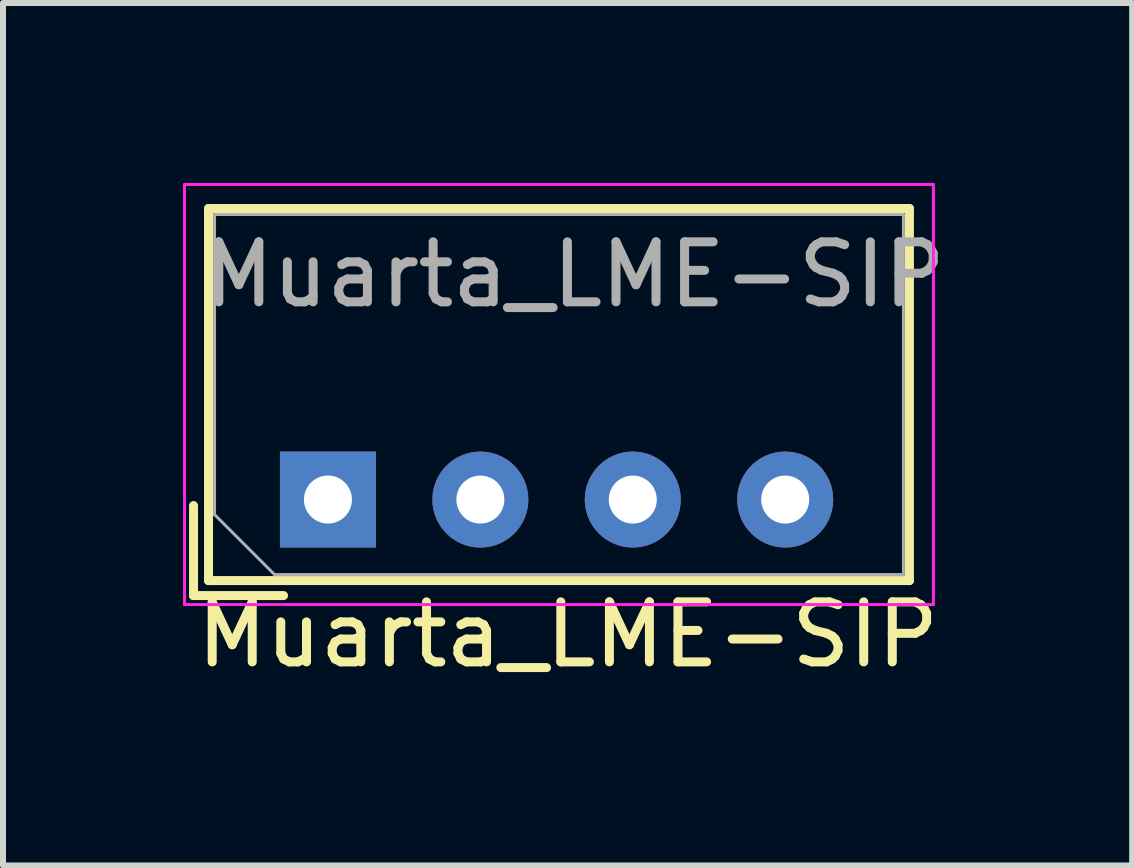
<source format=kicad_pcb>
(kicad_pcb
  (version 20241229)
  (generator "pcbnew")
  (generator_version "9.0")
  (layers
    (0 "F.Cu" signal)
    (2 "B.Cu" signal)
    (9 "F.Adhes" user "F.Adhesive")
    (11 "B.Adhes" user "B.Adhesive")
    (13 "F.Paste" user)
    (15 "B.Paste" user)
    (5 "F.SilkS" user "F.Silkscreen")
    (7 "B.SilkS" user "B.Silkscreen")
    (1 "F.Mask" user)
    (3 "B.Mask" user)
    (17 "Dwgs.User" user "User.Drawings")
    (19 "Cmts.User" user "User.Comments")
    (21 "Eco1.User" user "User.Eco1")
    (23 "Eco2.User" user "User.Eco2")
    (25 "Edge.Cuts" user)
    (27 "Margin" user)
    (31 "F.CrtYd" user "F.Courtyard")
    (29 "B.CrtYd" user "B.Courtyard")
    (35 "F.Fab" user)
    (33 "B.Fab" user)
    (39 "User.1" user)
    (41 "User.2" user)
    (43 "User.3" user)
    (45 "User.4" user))
  (footprint "Muarta_LME-SIP"
    (layer "F.Cu")
    (at 2.415 5.275)
    (property "Reference" "Muarta_LME-SIP" (at 4.11 -3.75 0) (layer "F.Fab") (effects (font (size 1 1) (thickness 0.15))))
    (attr through_hole)
    (fp_line (start -2.24 0.1) (end -2.24 1.6) (stroke (width 0.15) (type solid)) (layer "F.SilkS"))
    (fp_line (start -2.24 1.6) (end -0.74 1.6) (stroke (width 0.15) (type solid)) (layer "F.SilkS"))
    (fp_line (start -1.99 -4.85) (end -1.99 1.35) (stroke (width 0.15) (type solid)) (layer "F.SilkS"))
    (fp_line (start -1.99 1.35) (end 9.69 1.35) (stroke (width 0.15) (type solid)) (layer "F.SilkS"))
    (fp_line (start 9.69 -4.85) (end -1.99 -4.85) (stroke (width 0.15) (type solid)) (layer "F.SilkS"))
    (fp_line (start 9.69 1.35) (end 9.69 -4.85) (stroke (width 0.15) (type solid)) (layer "F.SilkS"))
    (fp_line (start -2.39 -5.25) (end 10.09 -5.25) (stroke (width 0.05) (type solid)) (layer "F.CrtYd"))
    (fp_line (start -2.39 1.75) (end -2.39 -5.25) (stroke (width 0.05) (type solid)) (layer "F.CrtYd"))
    (fp_line (start 10.09 -5.25) (end 10.09 1.75) (stroke (width 0.05) (type solid)) (layer "F.CrtYd"))
    (fp_line (start 10.09 1.75) (end -2.39 1.75) (stroke (width 0.05) (type solid)) (layer "F.CrtYd"))
    (fp_line (start -1.89 -4.75) (end -1.89 0.25) (stroke (width 0.05) (type solid)) (layer "F.Fab"))
    (fp_line (start -1.89 0.25) (end -0.89 1.25) (stroke (width 0.05) (type solid)) (layer "F.Fab"))
    (fp_line (start -0.89 1.25) (end 9.59 1.25) (stroke (width 0.05) (type solid)) (layer "F.Fab"))
    (fp_line (start 9.59 -4.75) (end -1.89 -4.75) (stroke (width 0.05) (type solid)) (layer "F.Fab"))
    (fp_line (start 9.59 1.25) (end 9.59 -4.75) (stroke (width 0.05) (type solid)) (layer "F.Fab"))
    (fp_text user "${REFERENCE}" (at 4 2.25 0) (layer "F.SilkS") (effects (font (size 1 1) (thickness 0.15))))
    (pad "1" thru_hole rect (at 0 0) (size 1.6 1.6) (drill 0.8) (layers "*.Cu" "*.Mask"))
    (pad "2" thru_hole circle (at 2.54 0) (size 1.6 1.6) (drill 0.8) (layers "*.Cu" "*.Mask"))
    (pad "3" thru_hole circle (at 5.08 0) (size 1.6 1.6) (drill 0.8) (layers "*.Cu" "*.Mask"))
    (pad "4" thru_hole circle (at 7.62 0) (size 1.6 1.6) (drill 0.8) (layers "*.Cu" "*.Mask")))
  (gr_rect
    (start -3 -3)
    (end 15.817 11.373)
    (stroke (width 0.1) (type default))
    (fill no)
    (layer "Edge.Cuts")))
</source>
